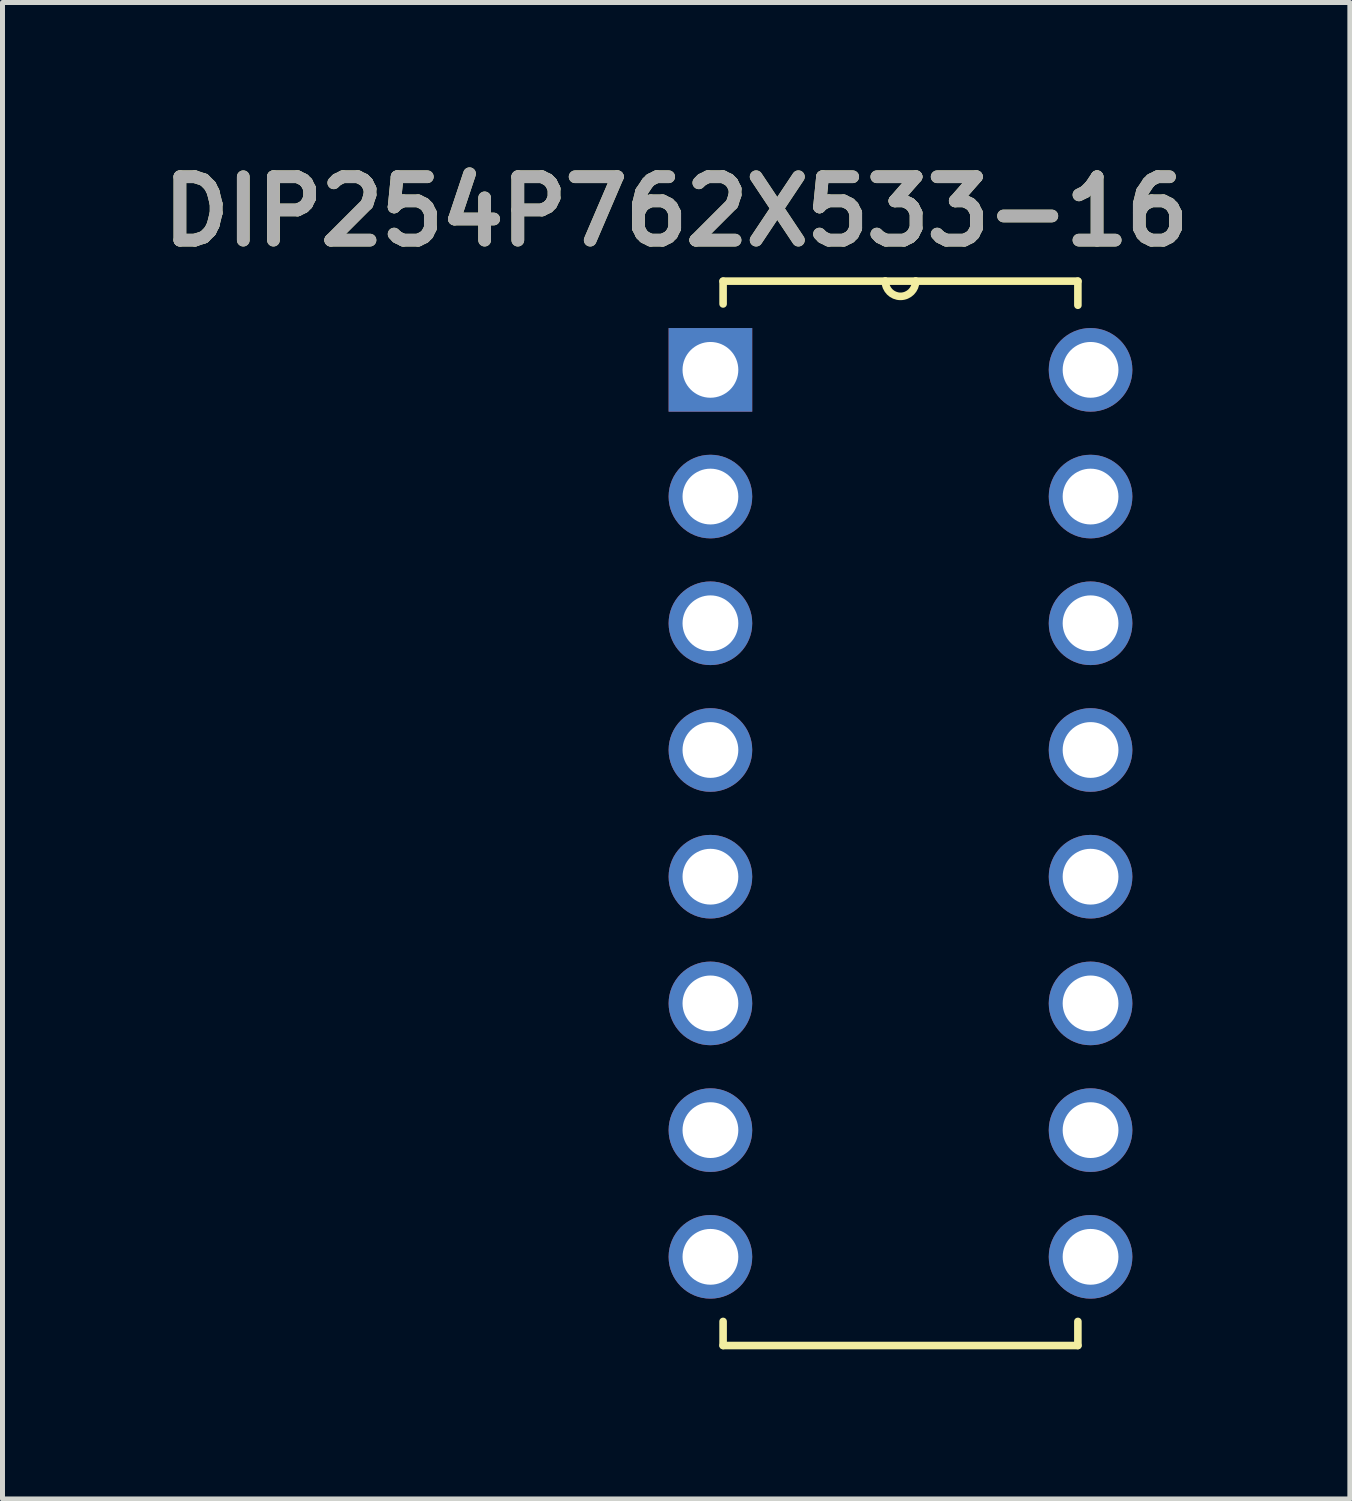
<source format=kicad_pcb>
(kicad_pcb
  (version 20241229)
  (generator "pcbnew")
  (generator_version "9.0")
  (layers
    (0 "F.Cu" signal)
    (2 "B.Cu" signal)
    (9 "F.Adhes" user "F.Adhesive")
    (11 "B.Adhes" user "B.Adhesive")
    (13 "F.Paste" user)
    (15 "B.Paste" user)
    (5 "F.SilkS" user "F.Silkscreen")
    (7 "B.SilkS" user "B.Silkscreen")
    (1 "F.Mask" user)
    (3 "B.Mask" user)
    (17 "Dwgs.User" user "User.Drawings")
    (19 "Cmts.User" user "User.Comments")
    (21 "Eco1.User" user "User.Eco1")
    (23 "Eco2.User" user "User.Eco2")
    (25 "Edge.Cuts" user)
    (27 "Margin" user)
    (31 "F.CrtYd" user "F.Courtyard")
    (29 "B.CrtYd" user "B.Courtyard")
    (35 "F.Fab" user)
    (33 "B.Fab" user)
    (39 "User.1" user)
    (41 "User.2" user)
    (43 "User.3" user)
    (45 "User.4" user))
  (footprint "DIP254P762X533-16"
    (layer "F.Cu")
    (at 18.811 22.144)
    (property "Reference" "DIP254P762X533-16" (at -8.306 -20.955 0) (layer "F.SilkS") (effects (font (size 1.27 1.27) (thickness 0.254))))
    (attr through_hole)
    (fp_line (start -7.366 -19.558) (end -7.366 -19.101) (stroke (width 0.152) (type solid)) (layer "F.SilkS"))
    (fp_line (start -7.366 1.295) (end -7.366 1.778) (stroke (width 0.152) (type solid)) (layer "F.SilkS"))
    (fp_line (start -7.366 1.778) (end -0.254 1.778) (stroke (width 0.152) (type solid)) (layer "F.SilkS"))
    (fp_line (start -4.115 -19.558) (end -7.366 -19.558) (stroke (width 0.152) (type solid)) (layer "F.SilkS"))
    (fp_line (start -3.505 -19.558) (end -4.115 -19.558) (stroke (width 0.152) (type solid)) (layer "F.SilkS"))
    (fp_line (start -0.254 -19.558) (end -3.505 -19.558) (stroke (width 0.152) (type solid)) (layer "F.SilkS"))
    (fp_line (start -0.254 -19.075) (end -0.254 -19.558) (stroke (width 0.152) (type solid)) (layer "F.SilkS"))
    (fp_line (start -0.254 1.778) (end -0.254 1.295) (stroke (width 0.152) (type solid)) (layer "F.SilkS"))
    (fp_arc (start -3.5052 -19.558) (mid -3.81 -19.2532) (end -4.1148 -19.558) (stroke (width 0.1524) (type solid)) (layer "F.SilkS"))
    (fp_text user "${REFERENCE}" (at -8.306 -20.955 0) (layer "F.Fab") (effects (font (size 1.27 1.27) (thickness 0.254))))
    (pad "1" thru_hole rect (at -7.62 -17.78) (size 1.676 1.676) (drill 1.118) (layers "*.Cu" "*.Mask"))
    (pad "2" thru_hole circle (at -7.62 -15.24) (size 1.676 1.676) (drill 1.118) (layers "*.Cu" "*.Mask"))
    (pad "3" thru_hole circle (at -7.62 -12.7) (size 1.676 1.676) (drill 1.118) (layers "*.Cu" "*.Mask"))
    (pad "4" thru_hole circle (at -7.62 -10.16) (size 1.676 1.676) (drill 1.118) (layers "*.Cu" "*.Mask"))
    (pad "5" thru_hole circle (at -7.62 -7.62) (size 1.676 1.676) (drill 1.118) (layers "*.Cu" "*.Mask"))
    (pad "6" thru_hole circle (at -7.62 -5.08) (size 1.676 1.676) (drill 1.118) (layers "*.Cu" "*.Mask"))
    (pad "7" thru_hole circle (at -7.62 -2.54) (size 1.676 1.676) (drill 1.118) (layers "*.Cu" "*.Mask"))
    (pad "8" thru_hole circle (at -7.62 0) (size 1.676 1.676) (drill 1.118) (layers "*.Cu" "*.Mask"))
    (pad "9" thru_hole circle (at 0 0) (size 1.676 1.676) (drill 1.118) (layers "*.Cu" "*.Mask"))
    (pad "10" thru_hole circle (at 0 -2.54) (size 1.676 1.676) (drill 1.118) (layers "*.Cu" "*.Mask"))
    (pad "11" thru_hole circle (at 0 -5.08) (size 1.676 1.676) (drill 1.118) (layers "*.Cu" "*.Mask"))
    (pad "12" thru_hole circle (at 0 -7.62) (size 1.676 1.676) (drill 1.118) (layers "*.Cu" "*.Mask"))
    (pad "13" thru_hole circle (at 0 -10.16) (size 1.676 1.676) (drill 1.118) (layers "*.Cu" "*.Mask"))
    (pad "14" thru_hole circle (at 0 -12.7) (size 1.676 1.676) (drill 1.118) (layers "*.Cu" "*.Mask"))
    (pad "15" thru_hole circle (at 0 -15.24) (size 1.676 1.676) (drill 1.118) (layers "*.Cu" "*.Mask"))
    (pad "16" thru_hole circle (at 0 -17.78) (size 1.676 1.676) (drill 1.118) (layers "*.Cu" "*.Mask")))
  (gr_rect
    (start -3 -3)
    (end 24.009 26.998)
    (stroke (width 0.1) (type default))
    (fill no)
    (layer "Edge.Cuts")))
</source>
